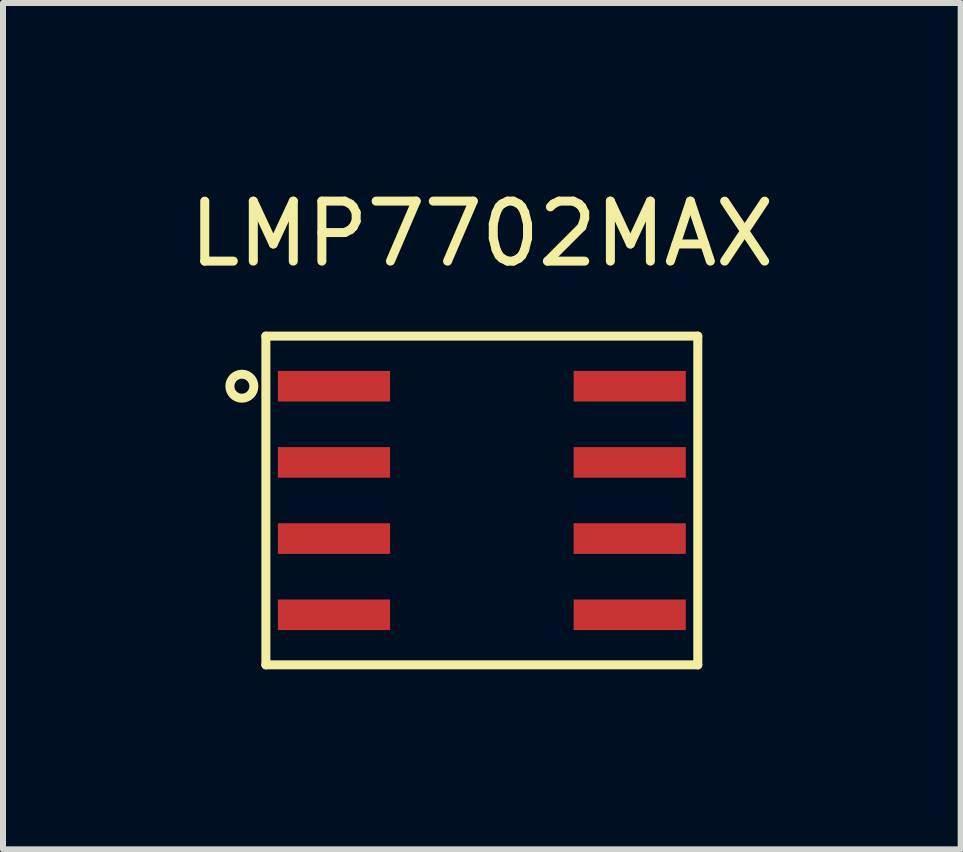
<source format=kicad_pcb>
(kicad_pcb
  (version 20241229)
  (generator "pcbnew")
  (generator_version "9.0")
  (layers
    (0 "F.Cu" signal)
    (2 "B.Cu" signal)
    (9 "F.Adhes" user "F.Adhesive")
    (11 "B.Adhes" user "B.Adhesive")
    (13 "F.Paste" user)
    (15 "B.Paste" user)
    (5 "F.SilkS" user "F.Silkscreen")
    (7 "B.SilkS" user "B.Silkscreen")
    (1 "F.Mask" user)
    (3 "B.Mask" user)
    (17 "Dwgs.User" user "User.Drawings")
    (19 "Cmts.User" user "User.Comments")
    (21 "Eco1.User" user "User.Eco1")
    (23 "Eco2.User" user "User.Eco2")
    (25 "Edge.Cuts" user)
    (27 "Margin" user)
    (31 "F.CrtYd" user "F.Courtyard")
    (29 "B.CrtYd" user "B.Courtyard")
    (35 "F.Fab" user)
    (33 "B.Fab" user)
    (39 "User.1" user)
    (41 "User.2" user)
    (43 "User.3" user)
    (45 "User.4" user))
  (footprint "LMP7702MAX"
    (layer "F.Cu")
    (at 2.517 3.388)
    (property "Reference" "LMP7702MAX" (at 2.465 -2.54 0) (layer "F.SilkS") (effects (font (size 1 1) (thickness 0.15))))
    (attr through_hole)
    (fp_line (start -1.135 -0.835) (end 6.065 -0.835) (stroke (width 0.15) (type solid)) (layer "F.SilkS"))
    (fp_line (start -1.135 4.645) (end -1.135 -0.835) (stroke (width 0.15) (type solid)) (layer "F.SilkS"))
    (fp_line (start 6.065 -0.835) (end 6.065 4.645) (stroke (width 0.15) (type solid)) (layer "F.SilkS"))
    (fp_line (start 6.065 4.645) (end -1.135 4.645) (stroke (width 0.15) (type solid)) (layer "F.SilkS"))
    (fp_circle (center -1.535 0) (end -1.535 0.2) (stroke (width 0.15) (type solid)) (fill no) (layer "F.SilkS"))
    (pad "1" smd rect (at 0 0) (size 1.87 0.51) (layers "F.Cu" "F.Mask" "F.Paste"))
    (pad "2" smd rect (at 0 1.27) (size 1.87 0.51) (layers "F.Cu" "F.Mask" "F.Paste"))
    (pad "3" smd rect (at 0 2.54) (size 1.87 0.51) (layers "F.Cu" "F.Mask" "F.Paste"))
    (pad "4" smd rect (at 0 3.81) (size 1.87 0.51) (layers "F.Cu" "F.Mask" "F.Paste"))
    (pad "5" smd rect (at 4.93 3.81) (size 1.87 0.51) (layers "F.Cu" "F.Mask" "F.Paste"))
    (pad "6" smd rect (at 4.93 2.54) (size 1.87 0.51) (layers "F.Cu" "F.Mask" "F.Paste"))
    (pad "7" smd rect (at 4.93 1.27) (size 1.87 0.51) (layers "F.Cu" "F.Mask" "F.Paste"))
    (pad "8" smd rect (at 4.93 0) (size 1.87 0.51) (layers "F.Cu" "F.Mask" "F.Paste")))
  (gr_rect
    (start -3 -3)
    (end 12.964 11.108)
    (stroke (width 0.1) (type default))
    (fill no)
    (layer "Edge.Cuts")))
</source>
